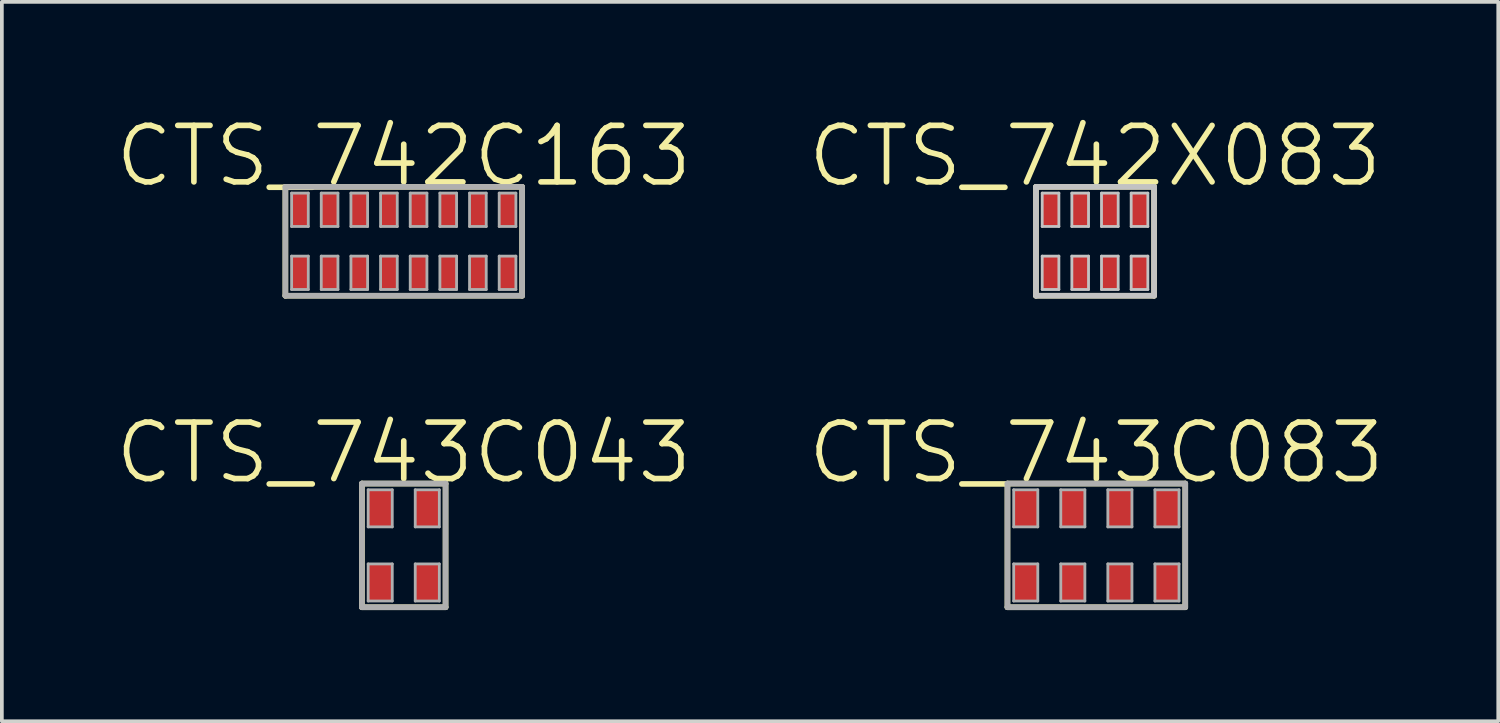
<source format=kicad_pcb>
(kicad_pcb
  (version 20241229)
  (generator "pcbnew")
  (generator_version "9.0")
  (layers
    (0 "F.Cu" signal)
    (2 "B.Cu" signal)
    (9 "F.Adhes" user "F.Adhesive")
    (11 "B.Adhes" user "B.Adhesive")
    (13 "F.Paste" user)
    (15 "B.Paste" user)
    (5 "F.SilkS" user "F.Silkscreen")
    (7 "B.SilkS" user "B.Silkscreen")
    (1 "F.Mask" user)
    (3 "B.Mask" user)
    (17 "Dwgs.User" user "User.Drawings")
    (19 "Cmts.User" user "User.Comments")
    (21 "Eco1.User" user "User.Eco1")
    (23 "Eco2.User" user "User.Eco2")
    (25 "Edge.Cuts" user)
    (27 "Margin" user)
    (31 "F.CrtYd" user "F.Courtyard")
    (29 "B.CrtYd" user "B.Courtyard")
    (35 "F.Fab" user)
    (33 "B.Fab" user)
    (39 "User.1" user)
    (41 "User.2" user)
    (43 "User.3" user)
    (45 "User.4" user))
  (footprint "CTS_743C083"
    (layer "F.Cu")
    (at 26.524 11.662)
    (property "Reference" "CTS_743C083" (at 0 -2.5 0) (layer "F.SilkS") (effects (font (size 1.524 1.524) (thickness 0.152))))
    (attr smd)
    (fp_line (start -2.398 -1.668) (end -2.398 1.668) (stroke (width 0.152) (type solid)) (layer "F.SilkS"))
    (fp_line (start -2.398 -1.668) (end 2.398 -1.668) (stroke (width 0.152) (type solid)) (layer "F.SilkS"))
    (fp_line (start 2.398 1.668) (end -2.398 1.668) (stroke (width 0.152) (type solid)) (layer "F.SilkS"))
    (fp_line (start 2.398 1.668) (end 2.398 -1.668) (stroke (width 0.152) (type solid)) (layer "F.SilkS"))
    (fp_line (start -2.398 -1.668) (end -2.398 1.668) (stroke (width 0.152) (type solid)) (layer "F.Fab"))
    (fp_line (start -2.398 -1.668) (end 2.398 -1.668) (stroke (width 0.152) (type solid)) (layer "F.Fab"))
    (fp_line (start -2.23 -1.5) (end -1.58 -1.5) (stroke (width 0.076) (type solid)) (layer "F.Fab"))
    (fp_line (start -2.23 -0.5) (end -2.23 -1.5) (stroke (width 0.076) (type solid)) (layer "F.Fab"))
    (fp_line (start -2.23 -0.5) (end -1.58 -0.5) (stroke (width 0.076) (type solid)) (layer "F.Fab"))
    (fp_line (start -2.23 0.5) (end -1.58 0.5) (stroke (width 0.076) (type solid)) (layer "F.Fab"))
    (fp_line (start -2.23 1.5) (end -2.23 0.5) (stroke (width 0.076) (type solid)) (layer "F.Fab"))
    (fp_line (start -2.23 1.5) (end -1.58 1.5) (stroke (width 0.076) (type solid)) (layer "F.Fab"))
    (fp_line (start -1.58 -0.5) (end -1.58 -1.5) (stroke (width 0.076) (type solid)) (layer "F.Fab"))
    (fp_line (start -1.58 1.5) (end -1.58 0.5) (stroke (width 0.076) (type solid)) (layer "F.Fab"))
    (fp_line (start -0.96 -1.5) (end -0.31 -1.5) (stroke (width 0.076) (type solid)) (layer "F.Fab"))
    (fp_line (start -0.96 -0.5) (end -0.96 -1.5) (stroke (width 0.076) (type solid)) (layer "F.Fab"))
    (fp_line (start -0.96 -0.5) (end -0.31 -0.5) (stroke (width 0.076) (type solid)) (layer "F.Fab"))
    (fp_line (start -0.96 0.5) (end -0.31 0.5) (stroke (width 0.076) (type solid)) (layer "F.Fab"))
    (fp_line (start -0.96 1.5) (end -0.96 0.5) (stroke (width 0.076) (type solid)) (layer "F.Fab"))
    (fp_line (start -0.96 1.5) (end -0.31 1.5) (stroke (width 0.076) (type solid)) (layer "F.Fab"))
    (fp_line (start -0.31 -0.5) (end -0.31 -1.5) (stroke (width 0.076) (type solid)) (layer "F.Fab"))
    (fp_line (start -0.31 1.5) (end -0.31 0.5) (stroke (width 0.076) (type solid)) (layer "F.Fab"))
    (fp_line (start 0.31 -1.5) (end 0.96 -1.5) (stroke (width 0.076) (type solid)) (layer "F.Fab"))
    (fp_line (start 0.31 -0.5) (end 0.31 -1.5) (stroke (width 0.076) (type solid)) (layer "F.Fab"))
    (fp_line (start 0.31 -0.5) (end 0.96 -0.5) (stroke (width 0.076) (type solid)) (layer "F.Fab"))
    (fp_line (start 0.31 0.5) (end 0.96 0.5) (stroke (width 0.076) (type solid)) (layer "F.Fab"))
    (fp_line (start 0.31 1.5) (end 0.31 0.5) (stroke (width 0.076) (type solid)) (layer "F.Fab"))
    (fp_line (start 0.31 1.5) (end 0.96 1.5) (stroke (width 0.076) (type solid)) (layer "F.Fab"))
    (fp_line (start 0.96 -0.5) (end 0.96 -1.5) (stroke (width 0.076) (type solid)) (layer "F.Fab"))
    (fp_line (start 0.96 1.5) (end 0.96 0.5) (stroke (width 0.076) (type solid)) (layer "F.Fab"))
    (fp_line (start 1.58 -1.5) (end 2.23 -1.5) (stroke (width 0.076) (type solid)) (layer "F.Fab"))
    (fp_line (start 1.58 -0.5) (end 1.58 -1.5) (stroke (width 0.076) (type solid)) (layer "F.Fab"))
    (fp_line (start 1.58 -0.5) (end 2.23 -0.5) (stroke (width 0.076) (type solid)) (layer "F.Fab"))
    (fp_line (start 1.58 0.5) (end 2.23 0.5) (stroke (width 0.076) (type solid)) (layer "F.Fab"))
    (fp_line (start 1.58 1.5) (end 1.58 0.5) (stroke (width 0.076) (type solid)) (layer "F.Fab"))
    (fp_line (start 1.58 1.5) (end 2.23 1.5) (stroke (width 0.076) (type solid)) (layer "F.Fab"))
    (fp_line (start 2.23 -0.5) (end 2.23 -1.5) (stroke (width 0.076) (type solid)) (layer "F.Fab"))
    (fp_line (start 2.23 1.5) (end 2.23 0.5) (stroke (width 0.076) (type solid)) (layer "F.Fab"))
    (fp_line (start 2.398 1.668) (end -2.398 1.668) (stroke (width 0.152) (type solid)) (layer "F.Fab"))
    (fp_line (start 2.398 1.668) (end 2.398 -1.668) (stroke (width 0.152) (type solid)) (layer "F.Fab"))
    (pad "1" smd rect (at -1.905 1) (size 0.65 1) (layers "F.Cu" "F.Mask" "F.Paste"))
    (pad "2" smd rect (at -0.635 1) (size 0.65 1) (layers "F.Cu" "F.Mask" "F.Paste"))
    (pad "3" smd rect (at 0.635 1) (size 0.65 1) (layers "F.Cu" "F.Mask" "F.Paste"))
    (pad "4" smd rect (at 1.905 1) (size 0.65 1) (layers "F.Cu" "F.Mask" "F.Paste"))
    (pad "5" smd rect (at 1.905 -1) (size 0.65 1) (layers "F.Cu" "F.Mask" "F.Paste"))
    (pad "6" smd rect (at 0.635 -1) (size 0.65 1) (layers "F.Cu" "F.Mask" "F.Paste"))
    (pad "7" smd rect (at -0.635 -1) (size 0.65 1) (layers "F.Cu" "F.Mask" "F.Paste"))
    (pad "8" smd rect (at -1.905 -1) (size 0.65 1) (layers "F.Cu" "F.Mask" "F.Paste")))
  (footprint "CTS_742X083"
    (layer "F.Cu")
    (at 26.488 3.459)
    (property "Reference" "CTS_742X083" (at 0 -2.3 0) (layer "F.SilkS") (effects (font (size 1.524 1.524) (thickness 0.152))))
    (attr smd)
    (fp_line (start -1.593 -1.468) (end -1.593 1.468) (stroke (width 0.152) (type solid)) (layer "F.SilkS"))
    (fp_line (start -1.593 -1.468) (end 1.593 -1.468) (stroke (width 0.152) (type solid)) (layer "F.SilkS"))
    (fp_line (start 1.593 1.468) (end -1.593 1.468) (stroke (width 0.152) (type solid)) (layer "F.SilkS"))
    (fp_line (start 1.593 1.468) (end 1.593 -1.468) (stroke (width 0.152) (type solid)) (layer "F.SilkS"))
    (fp_line (start -1.593 -1.468) (end -1.593 1.468) (stroke (width 0.152) (type solid)) (layer "Dwgs.User"))
    (fp_line (start -1.593 -1.468) (end 1.593 -1.468) (stroke (width 0.152) (type solid)) (layer "Dwgs.User"))
    (fp_line (start -1.425 -1.3) (end -0.975 -1.3) (stroke (width 0.076) (type solid)) (layer "Dwgs.User"))
    (fp_line (start -1.425 -0.4) (end -1.425 -1.3) (stroke (width 0.076) (type solid)) (layer "Dwgs.User"))
    (fp_line (start -1.425 -0.4) (end -0.975 -0.4) (stroke (width 0.076) (type solid)) (layer "Dwgs.User"))
    (fp_line (start -1.425 0.4) (end -0.975 0.4) (stroke (width 0.076) (type solid)) (layer "Dwgs.User"))
    (fp_line (start -1.425 1.3) (end -1.425 0.4) (stroke (width 0.076) (type solid)) (layer "Dwgs.User"))
    (fp_line (start -1.425 1.3) (end -0.975 1.3) (stroke (width 0.076) (type solid)) (layer "Dwgs.User"))
    (fp_line (start -0.975 -0.4) (end -0.975 -1.3) (stroke (width 0.076) (type solid)) (layer "Dwgs.User"))
    (fp_line (start -0.975 1.3) (end -0.975 0.4) (stroke (width 0.076) (type solid)) (layer "Dwgs.User"))
    (fp_line (start -0.625 -1.3) (end -0.175 -1.3) (stroke (width 0.076) (type solid)) (layer "Dwgs.User"))
    (fp_line (start -0.625 -0.4) (end -0.625 -1.3) (stroke (width 0.076) (type solid)) (layer "Dwgs.User"))
    (fp_line (start -0.625 -0.4) (end -0.175 -0.4) (stroke (width 0.076) (type solid)) (layer "Dwgs.User"))
    (fp_line (start -0.625 0.4) (end -0.175 0.4) (stroke (width 0.076) (type solid)) (layer "Dwgs.User"))
    (fp_line (start -0.625 1.3) (end -0.625 0.4) (stroke (width 0.076) (type solid)) (layer "Dwgs.User"))
    (fp_line (start -0.625 1.3) (end -0.175 1.3) (stroke (width 0.076) (type solid)) (layer "Dwgs.User"))
    (fp_line (start -0.175 -0.4) (end -0.175 -1.3) (stroke (width 0.076) (type solid)) (layer "Dwgs.User"))
    (fp_line (start -0.175 1.3) (end -0.175 0.4) (stroke (width 0.076) (type solid)) (layer "Dwgs.User"))
    (fp_line (start 0.175 -1.3) (end 0.625 -1.3) (stroke (width 0.076) (type solid)) (layer "Dwgs.User"))
    (fp_line (start 0.175 -0.4) (end 0.175 -1.3) (stroke (width 0.076) (type solid)) (layer "Dwgs.User"))
    (fp_line (start 0.175 -0.4) (end 0.625 -0.4) (stroke (width 0.076) (type solid)) (layer "Dwgs.User"))
    (fp_line (start 0.175 0.4) (end 0.625 0.4) (stroke (width 0.076) (type solid)) (layer "Dwgs.User"))
    (fp_line (start 0.175 1.3) (end 0.175 0.4) (stroke (width 0.076) (type solid)) (layer "Dwgs.User"))
    (fp_line (start 0.175 1.3) (end 0.625 1.3) (stroke (width 0.076) (type solid)) (layer "Dwgs.User"))
    (fp_line (start 0.625 -0.4) (end 0.625 -1.3) (stroke (width 0.076) (type solid)) (layer "Dwgs.User"))
    (fp_line (start 0.625 1.3) (end 0.625 0.4) (stroke (width 0.076) (type solid)) (layer "Dwgs.User"))
    (fp_line (start 0.975 -1.3) (end 1.425 -1.3) (stroke (width 0.076) (type solid)) (layer "Dwgs.User"))
    (fp_line (start 0.975 -0.4) (end 0.975 -1.3) (stroke (width 0.076) (type solid)) (layer "Dwgs.User"))
    (fp_line (start 0.975 -0.4) (end 1.425 -0.4) (stroke (width 0.076) (type solid)) (layer "Dwgs.User"))
    (fp_line (start 0.975 0.4) (end 1.425 0.4) (stroke (width 0.076) (type solid)) (layer "Dwgs.User"))
    (fp_line (start 0.975 1.3) (end 0.975 0.4) (stroke (width 0.076) (type solid)) (layer "Dwgs.User"))
    (fp_line (start 0.975 1.3) (end 1.425 1.3) (stroke (width 0.076) (type solid)) (layer "Dwgs.User"))
    (fp_line (start 1.425 -0.4) (end 1.425 -1.3) (stroke (width 0.076) (type solid)) (layer "Dwgs.User"))
    (fp_line (start 1.425 1.3) (end 1.425 0.4) (stroke (width 0.076) (type solid)) (layer "Dwgs.User"))
    (fp_line (start 1.593 1.468) (end -1.593 1.468) (stroke (width 0.152) (type solid)) (layer "Dwgs.User"))
    (fp_line (start 1.593 1.468) (end 1.593 -1.468) (stroke (width 0.152) (type solid)) (layer "Dwgs.User"))
    (pad "1" smd rect (at -1.2 0.85) (size 0.45 0.9) (layers "F.Cu" "F.Mask" "F.Paste"))
    (pad "2" smd rect (at -0.4 0.85) (size 0.45 0.9) (layers "F.Cu" "F.Mask" "F.Paste"))
    (pad "3" smd rect (at 0.4 0.85) (size 0.45 0.9) (layers "F.Cu" "F.Mask" "F.Paste"))
    (pad "4" smd rect (at 1.2 0.85) (size 0.45 0.9) (layers "F.Cu" "F.Mask" "F.Paste"))
    (pad "5" smd rect (at 1.2 -0.85) (size 0.45 0.9) (layers "F.Cu" "F.Mask" "F.Paste"))
    (pad "6" smd rect (at 0.4 -0.85) (size 0.45 0.9) (layers "F.Cu" "F.Mask" "F.Paste"))
    (pad "7" smd rect (at -0.4 -0.85) (size 0.45 0.9) (layers "F.Cu" "F.Mask" "F.Paste"))
    (pad "8" smd rect (at -1.2 -0.85) (size 0.45 0.9) (layers "F.Cu" "F.Mask" "F.Paste")))
  (footprint "CTS_743C043"
    (layer "F.Cu")
    (at 7.841 11.662)
    (property "Reference" "CTS_743C043" (at 0 -2.5 0) (layer "F.SilkS") (effects (font (size 1.524 1.524) (thickness 0.152))))
    (attr smd)
    (fp_line (start -1.128 -1.668) (end -1.128 1.668) (stroke (width 0.152) (type solid)) (layer "F.SilkS"))
    (fp_line (start -1.128 -1.668) (end 1.128 -1.668) (stroke (width 0.152) (type solid)) (layer "F.SilkS"))
    (fp_line (start 1.128 1.668) (end -1.128 1.668) (stroke (width 0.152) (type solid)) (layer "F.SilkS"))
    (fp_line (start 1.128 1.668) (end 1.128 -1.668) (stroke (width 0.152) (type solid)) (layer "F.SilkS"))
    (fp_line (start -1.128 -1.668) (end -1.128 1.668) (stroke (width 0.152) (type solid)) (layer "F.Fab"))
    (fp_line (start -1.128 -1.668) (end 1.128 -1.668) (stroke (width 0.152) (type solid)) (layer "F.Fab"))
    (fp_line (start -0.96 -1.5) (end -0.31 -1.5) (stroke (width 0.076) (type solid)) (layer "F.Fab"))
    (fp_line (start -0.96 -0.5) (end -0.96 -1.5) (stroke (width 0.076) (type solid)) (layer "F.Fab"))
    (fp_line (start -0.96 -0.5) (end -0.31 -0.5) (stroke (width 0.076) (type solid)) (layer "F.Fab"))
    (fp_line (start -0.96 0.5) (end -0.31 0.5) (stroke (width 0.076) (type solid)) (layer "F.Fab"))
    (fp_line (start -0.96 1.5) (end -0.96 0.5) (stroke (width 0.076) (type solid)) (layer "F.Fab"))
    (fp_line (start -0.96 1.5) (end -0.31 1.5) (stroke (width 0.076) (type solid)) (layer "F.Fab"))
    (fp_line (start -0.31 -0.5) (end -0.31 -1.5) (stroke (width 0.076) (type solid)) (layer "F.Fab"))
    (fp_line (start -0.31 1.5) (end -0.31 0.5) (stroke (width 0.076) (type solid)) (layer "F.Fab"))
    (fp_line (start 0.31 -1.5) (end 0.96 -1.5) (stroke (width 0.076) (type solid)) (layer "F.Fab"))
    (fp_line (start 0.31 -0.5) (end 0.31 -1.5) (stroke (width 0.076) (type solid)) (layer "F.Fab"))
    (fp_line (start 0.31 -0.5) (end 0.96 -0.5) (stroke (width 0.076) (type solid)) (layer "F.Fab"))
    (fp_line (start 0.31 0.5) (end 0.96 0.5) (stroke (width 0.076) (type solid)) (layer "F.Fab"))
    (fp_line (start 0.31 1.5) (end 0.31 0.5) (stroke (width 0.076) (type solid)) (layer "F.Fab"))
    (fp_line (start 0.31 1.5) (end 0.96 1.5) (stroke (width 0.076) (type solid)) (layer "F.Fab"))
    (fp_line (start 0.96 -0.5) (end 0.96 -1.5) (stroke (width 0.076) (type solid)) (layer "F.Fab"))
    (fp_line (start 0.96 1.5) (end 0.96 0.5) (stroke (width 0.076) (type solid)) (layer "F.Fab"))
    (fp_line (start 1.128 1.668) (end -1.128 1.668) (stroke (width 0.152) (type solid)) (layer "F.Fab"))
    (fp_line (start 1.128 1.668) (end 1.128 -1.668) (stroke (width 0.152) (type solid)) (layer "F.Fab"))
    (pad "1" smd rect (at -0.635 1) (size 0.65 1) (layers "F.Cu" "F.Mask" "F.Paste"))
    (pad "2" smd rect (at 0.635 1) (size 0.65 1) (layers "F.Cu" "F.Mask" "F.Paste"))
    (pad "3" smd rect (at 0.635 -1) (size 0.65 1) (layers "F.Cu" "F.Mask" "F.Paste"))
    (pad "4" smd rect (at -0.635 -1) (size 0.65 1) (layers "F.Cu" "F.Mask" "F.Paste")))
  (footprint "CTS_742C163"
    (layer "F.Cu")
    (at 7.841 3.459)
    (property "Reference" "CTS_742C163" (at 0 -2.3 0) (layer "F.SilkS") (effects (font (size 1.524 1.524) (thickness 0.152))))
    (attr smd)
    (fp_line (start -3.193 -1.468) (end -3.193 1.468) (stroke (width 0.152) (type solid)) (layer "F.SilkS"))
    (fp_line (start -3.193 -1.468) (end 3.193 -1.468) (stroke (width 0.152) (type solid)) (layer "F.SilkS"))
    (fp_line (start 3.193 1.468) (end -3.193 1.468) (stroke (width 0.152) (type solid)) (layer "F.SilkS"))
    (fp_line (start 3.193 1.468) (end 3.193 -1.468) (stroke (width 0.152) (type solid)) (layer "F.SilkS"))
    (fp_line (start -3.193 -1.468) (end -3.193 1.468) (stroke (width 0.152) (type solid)) (layer "F.Fab"))
    (fp_line (start -3.193 -1.468) (end 3.193 -1.468) (stroke (width 0.152) (type solid)) (layer "F.Fab"))
    (fp_line (start -3.025 -1.3) (end -2.575 -1.3) (stroke (width 0.076) (type solid)) (layer "F.Fab"))
    (fp_line (start -3.025 -0.4) (end -3.025 -1.3) (stroke (width 0.076) (type solid)) (layer "F.Fab"))
    (fp_line (start -3.025 -0.4) (end -2.575 -0.4) (stroke (width 0.076) (type solid)) (layer "F.Fab"))
    (fp_line (start -3.025 0.4) (end -2.575 0.4) (stroke (width 0.076) (type solid)) (layer "F.Fab"))
    (fp_line (start -3.025 1.3) (end -3.025 0.4) (stroke (width 0.076) (type solid)) (layer "F.Fab"))
    (fp_line (start -3.025 1.3) (end -2.575 1.3) (stroke (width 0.076) (type solid)) (layer "F.Fab"))
    (fp_line (start -2.575 -0.4) (end -2.575 -1.3) (stroke (width 0.076) (type solid)) (layer "F.Fab"))
    (fp_line (start -2.575 1.3) (end -2.575 0.4) (stroke (width 0.076) (type solid)) (layer "F.Fab"))
    (fp_line (start -2.225 -1.3) (end -1.775 -1.3) (stroke (width 0.076) (type solid)) (layer "F.Fab"))
    (fp_line (start -2.225 -0.4) (end -2.225 -1.3) (stroke (width 0.076) (type solid)) (layer "F.Fab"))
    (fp_line (start -2.225 -0.4) (end -1.775 -0.4) (stroke (width 0.076) (type solid)) (layer "F.Fab"))
    (fp_line (start -2.225 0.4) (end -1.775 0.4) (stroke (width 0.076) (type solid)) (layer "F.Fab"))
    (fp_line (start -2.225 1.3) (end -2.225 0.4) (stroke (width 0.076) (type solid)) (layer "F.Fab"))
    (fp_line (start -2.225 1.3) (end -1.775 1.3) (stroke (width 0.076) (type solid)) (layer "F.Fab"))
    (fp_line (start -1.775 -0.4) (end -1.775 -1.3) (stroke (width 0.076) (type solid)) (layer "F.Fab"))
    (fp_line (start -1.775 1.3) (end -1.775 0.4) (stroke (width 0.076) (type solid)) (layer "F.Fab"))
    (fp_line (start -1.425 -1.3) (end -0.975 -1.3) (stroke (width 0.076) (type solid)) (layer "F.Fab"))
    (fp_line (start -1.425 -0.4) (end -1.425 -1.3) (stroke (width 0.076) (type solid)) (layer "F.Fab"))
    (fp_line (start -1.425 -0.4) (end -0.975 -0.4) (stroke (width 0.076) (type solid)) (layer "F.Fab"))
    (fp_line (start -1.425 0.4) (end -0.975 0.4) (stroke (width 0.076) (type solid)) (layer "F.Fab"))
    (fp_line (start -1.425 1.3) (end -1.425 0.4) (stroke (width 0.076) (type solid)) (layer "F.Fab"))
    (fp_line (start -1.425 1.3) (end -0.975 1.3) (stroke (width 0.076) (type solid)) (layer "F.Fab"))
    (fp_line (start -0.975 -0.4) (end -0.975 -1.3) (stroke (width 0.076) (type solid)) (layer "F.Fab"))
    (fp_line (start -0.975 1.3) (end -0.975 0.4) (stroke (width 0.076) (type solid)) (layer "F.Fab"))
    (fp_line (start -0.625 -1.3) (end -0.175 -1.3) (stroke (width 0.076) (type solid)) (layer "F.Fab"))
    (fp_line (start -0.625 -0.4) (end -0.625 -1.3) (stroke (width 0.076) (type solid)) (layer "F.Fab"))
    (fp_line (start -0.625 -0.4) (end -0.175 -0.4) (stroke (width 0.076) (type solid)) (layer "F.Fab"))
    (fp_line (start -0.625 0.4) (end -0.175 0.4) (stroke (width 0.076) (type solid)) (layer "F.Fab"))
    (fp_line (start -0.625 1.3) (end -0.625 0.4) (stroke (width 0.076) (type solid)) (layer "F.Fab"))
    (fp_line (start -0.625 1.3) (end -0.175 1.3) (stroke (width 0.076) (type solid)) (layer "F.Fab"))
    (fp_line (start -0.175 -0.4) (end -0.175 -1.3) (stroke (width 0.076) (type solid)) (layer "F.Fab"))
    (fp_line (start -0.175 1.3) (end -0.175 0.4) (stroke (width 0.076) (type solid)) (layer "F.Fab"))
    (fp_line (start 0.175 -1.3) (end 0.625 -1.3) (stroke (width 0.076) (type solid)) (layer "F.Fab"))
    (fp_line (start 0.175 -0.4) (end 0.175 -1.3) (stroke (width 0.076) (type solid)) (layer "F.Fab"))
    (fp_line (start 0.175 -0.4) (end 0.625 -0.4) (stroke (width 0.076) (type solid)) (layer "F.Fab"))
    (fp_line (start 0.175 0.4) (end 0.625 0.4) (stroke (width 0.076) (type solid)) (layer "F.Fab"))
    (fp_line (start 0.175 1.3) (end 0.175 0.4) (stroke (width 0.076) (type solid)) (layer "F.Fab"))
    (fp_line (start 0.175 1.3) (end 0.625 1.3) (stroke (width 0.076) (type solid)) (layer "F.Fab"))
    (fp_line (start 0.625 -0.4) (end 0.625 -1.3) (stroke (width 0.076) (type solid)) (layer "F.Fab"))
    (fp_line (start 0.625 1.3) (end 0.625 0.4) (stroke (width 0.076) (type solid)) (layer "F.Fab"))
    (fp_line (start 0.975 -1.3) (end 1.425 -1.3) (stroke (width 0.076) (type solid)) (layer "F.Fab"))
    (fp_line (start 0.975 -0.4) (end 0.975 -1.3) (stroke (width 0.076) (type solid)) (layer "F.Fab"))
    (fp_line (start 0.975 -0.4) (end 1.425 -0.4) (stroke (width 0.076) (type solid)) (layer "F.Fab"))
    (fp_line (start 0.975 0.4) (end 1.425 0.4) (stroke (width 0.076) (type solid)) (layer "F.Fab"))
    (fp_line (start 0.975 1.3) (end 0.975 0.4) (stroke (width 0.076) (type solid)) (layer "F.Fab"))
    (fp_line (start 0.975 1.3) (end 1.425 1.3) (stroke (width 0.076) (type solid)) (layer "F.Fab"))
    (fp_line (start 1.425 -0.4) (end 1.425 -1.3) (stroke (width 0.076) (type solid)) (layer "F.Fab"))
    (fp_line (start 1.425 1.3) (end 1.425 0.4) (stroke (width 0.076) (type solid)) (layer "F.Fab"))
    (fp_line (start 1.775 -1.3) (end 2.225 -1.3) (stroke (width 0.076) (type solid)) (layer "F.Fab"))
    (fp_line (start 1.775 -0.4) (end 1.775 -1.3) (stroke (width 0.076) (type solid)) (layer "F.Fab"))
    (fp_line (start 1.775 -0.4) (end 2.225 -0.4) (stroke (width 0.076) (type solid)) (layer "F.Fab"))
    (fp_line (start 1.775 0.4) (end 2.225 0.4) (stroke (width 0.076) (type solid)) (layer "F.Fab"))
    (fp_line (start 1.775 1.3) (end 1.775 0.4) (stroke (width 0.076) (type solid)) (layer "F.Fab"))
    (fp_line (start 1.775 1.3) (end 2.225 1.3) (stroke (width 0.076) (type solid)) (layer "F.Fab"))
    (fp_line (start 2.225 -0.4) (end 2.225 -1.3) (stroke (width 0.076) (type solid)) (layer "F.Fab"))
    (fp_line (start 2.225 1.3) (end 2.225 0.4) (stroke (width 0.076) (type solid)) (layer "F.Fab"))
    (fp_line (start 2.575 -1.3) (end 3.025 -1.3) (stroke (width 0.076) (type solid)) (layer "F.Fab"))
    (fp_line (start 2.575 -0.4) (end 2.575 -1.3) (stroke (width 0.076) (type solid)) (layer "F.Fab"))
    (fp_line (start 2.575 -0.4) (end 3.025 -0.4) (stroke (width 0.076) (type solid)) (layer "F.Fab"))
    (fp_line (start 2.575 0.4) (end 3.025 0.4) (stroke (width 0.076) (type solid)) (layer "F.Fab"))
    (fp_line (start 2.575 1.3) (end 2.575 0.4) (stroke (width 0.076) (type solid)) (layer "F.Fab"))
    (fp_line (start 2.575 1.3) (end 3.025 1.3) (stroke (width 0.076) (type solid)) (layer "F.Fab"))
    (fp_line (start 3.025 -0.4) (end 3.025 -1.3) (stroke (width 0.076) (type solid)) (layer "F.Fab"))
    (fp_line (start 3.025 1.3) (end 3.025 0.4) (stroke (width 0.076) (type solid)) (layer "F.Fab"))
    (fp_line (start 3.193 1.468) (end -3.193 1.468) (stroke (width 0.152) (type solid)) (layer "F.Fab"))
    (fp_line (start 3.193 1.468) (end 3.193 -1.468) (stroke (width 0.152) (type solid)) (layer "F.Fab"))
    (pad "1" smd rect (at -2.8 0.85) (size 0.45 0.9) (layers "F.Cu" "F.Mask" "F.Paste"))
    (pad "2" smd rect (at -2 0.85) (size 0.45 0.9) (layers "F.Cu" "F.Mask" "F.Paste"))
    (pad "3" smd rect (at -1.2 0.85) (size 0.45 0.9) (layers "F.Cu" "F.Mask" "F.Paste"))
    (pad "4" smd rect (at -0.4 0.85) (size 0.45 0.9) (layers "F.Cu" "F.Mask" "F.Paste"))
    (pad "5" smd rect (at 0.4 0.85) (size 0.45 0.9) (layers "F.Cu" "F.Mask" "F.Paste"))
    (pad "6" smd rect (at 1.2 0.85) (size 0.45 0.9) (layers "F.Cu" "F.Mask" "F.Paste"))
    (pad "7" smd rect (at 2 0.85) (size 0.45 0.9) (layers "F.Cu" "F.Mask" "F.Paste"))
    (pad "8" smd rect (at 2.8 0.85) (size 0.45 0.9) (layers "F.Cu" "F.Mask" "F.Paste"))
    (pad "9" smd rect (at 2.8 -0.85) (size 0.45 0.9) (layers "F.Cu" "F.Mask" "F.Paste"))
    (pad "10" smd rect (at 2 -0.85) (size 0.45 0.9) (layers "F.Cu" "F.Mask" "F.Paste"))
    (pad "11" smd rect (at 1.2 -0.85) (size 0.45 0.9) (layers "F.Cu" "F.Mask" "F.Paste"))
    (pad "12" smd rect (at 0.4 -0.85) (size 0.45 0.9) (layers "F.Cu" "F.Mask" "F.Paste"))
    (pad "13" smd rect (at -0.4 -0.85) (size 0.45 0.9) (layers "F.Cu" "F.Mask" "F.Paste"))
    (pad "14" smd rect (at -1.2 -0.85) (size 0.45 0.9) (layers "F.Cu" "F.Mask" "F.Paste"))
    (pad "15" smd rect (at -2 -0.85) (size 0.45 0.9) (layers "F.Cu" "F.Mask" "F.Paste"))
    (pad "16" smd rect (at -2.8 -0.85) (size 0.45 0.9) (layers "F.Cu" "F.Mask" "F.Paste")))
  (gr_rect
    (start -3 -3)
    (end 37.365 16.406)
    (stroke (width 0.1) (type default))
    (fill no)
    (layer "Edge.Cuts")))
</source>
